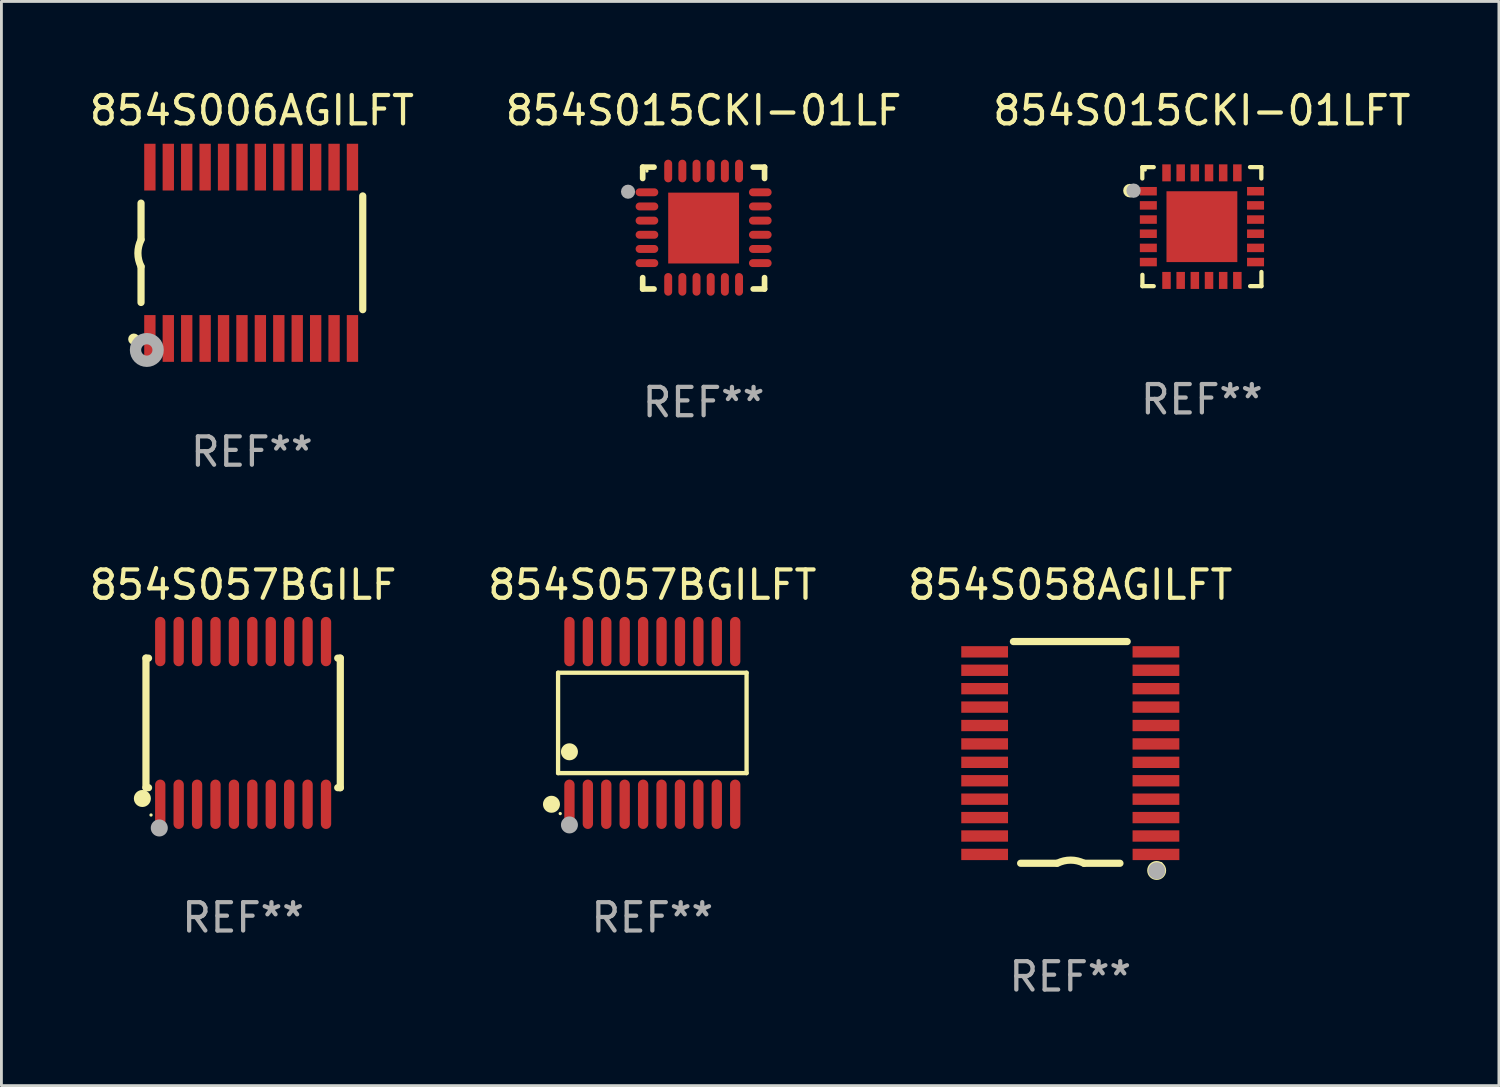
<source format=kicad_pcb>
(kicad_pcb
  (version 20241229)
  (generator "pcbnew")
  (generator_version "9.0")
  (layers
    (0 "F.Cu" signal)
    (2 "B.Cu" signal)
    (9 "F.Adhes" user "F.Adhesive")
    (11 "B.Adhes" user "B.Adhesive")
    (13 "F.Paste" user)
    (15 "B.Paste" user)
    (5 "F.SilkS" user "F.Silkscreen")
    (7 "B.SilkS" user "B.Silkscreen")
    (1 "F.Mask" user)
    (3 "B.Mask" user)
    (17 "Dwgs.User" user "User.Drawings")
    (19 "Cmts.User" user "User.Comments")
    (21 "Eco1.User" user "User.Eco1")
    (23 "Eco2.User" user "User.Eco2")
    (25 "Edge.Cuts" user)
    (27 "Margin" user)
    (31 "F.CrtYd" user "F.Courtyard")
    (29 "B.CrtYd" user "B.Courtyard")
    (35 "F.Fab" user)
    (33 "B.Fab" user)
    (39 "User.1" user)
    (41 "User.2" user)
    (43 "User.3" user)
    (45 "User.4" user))
  (footprint "854S015CKI-01LFT"
    (layer "F.Cu")
    (at 39.363 4.948)
    (property "Reference" "854S015CKI-01LFT" (at 0 -4.1 0) (layer "F.SilkS") (effects (font (size 1 1) (thickness 0.15))))
    (attr through_hole)
    (fp_line (start -2.102 -2.1) (end -1.698 -2.1) (stroke (width 0.15) (type solid)) (layer "F.SilkS"))
    (fp_line (start -2.102 -1.7) (end -2.102 -2.1) (stroke (width 0.15) (type solid)) (layer "F.SilkS"))
    (fp_line (start -2.098 1.7) (end -2.098 2.1) (stroke (width 0.15) (type solid)) (layer "F.SilkS"))
    (fp_line (start -2.098 2.1) (end -1.698 2.1) (stroke (width 0.15) (type solid)) (layer "F.SilkS"))
    (fp_line (start 1.698 -2.1) (end 2.098 -2.1) (stroke (width 0.15) (type solid)) (layer "F.SilkS"))
    (fp_line (start 2.098 -2.1) (end 2.098 -1.7) (stroke (width 0.15) (type solid)) (layer "F.SilkS"))
    (fp_line (start 2.102 1.6) (end 2.102 2.1) (stroke (width 0.15) (type solid)) (layer "F.SilkS"))
    (fp_line (start 2.102 2.1) (end 1.702 2.1) (stroke (width 0.15) (type solid)) (layer "F.SilkS"))
    (fp_circle (center -2.538 -1.27) (end -2.418 -1.27) (stroke (width 0.24) (type solid)) (fill no) (layer "F.SilkS"))
    (fp_circle (center -1.998 -2) (end -1.968 -2) (stroke (width 0.06) (type solid)) (fill no) (layer "F.SilkS"))
    (fp_circle (center -2.411 -1.27) (end -2.284 -1.27) (stroke (width 0.254) (type solid)) (fill no) (layer "F.Fab"))
    (fp_text user "REF**" (at 0 6.1 0) (layer "F.Fab") (effects (font (size 1 1) (thickness 0.15))))
    (pad "1" smd rect (at -1.89 -1.25 90) (size 0.3 0.6) (layers "F.Cu" "F.Mask" "F.Paste"))
    (pad "2" smd rect (at -1.889 -0.75 90) (size 0.3 0.6) (layers "F.Cu" "F.Mask" "F.Paste"))
    (pad "3" smd rect (at -1.889 -0.25 90) (size 0.3 0.6) (layers "F.Cu" "F.Mask" "F.Paste"))
    (pad "4" smd rect (at -1.889 0.25 90) (size 0.3 0.6) (layers "F.Cu" "F.Mask" "F.Paste"))
    (pad "5" smd rect (at -1.889 0.75 90) (size 0.3 0.6) (layers "F.Cu" "F.Mask" "F.Paste"))
    (pad "6" smd rect (at -1.889 1.25 90) (size 0.3 0.6) (layers "F.Cu" "F.Mask" "F.Paste"))
    (pad "7" smd rect (at -1.248 1.898 180) (size 0.3 0.6) (layers "F.Cu" "F.Mask" "F.Paste"))
    (pad "8" smd rect (at -0.748 1.898 180) (size 0.3 0.6) (layers "F.Cu" "F.Mask" "F.Paste"))
    (pad "9" smd rect (at -0.248 1.898 180) (size 0.3 0.6) (layers "F.Cu" "F.Mask" "F.Paste"))
    (pad "10" smd rect (at 0.252 1.898 180) (size 0.3 0.6) (layers "F.Cu" "F.Mask" "F.Paste"))
    (pad "11" smd rect (at 0.752 1.898 180) (size 0.3 0.6) (layers "F.Cu" "F.Mask" "F.Paste"))
    (pad "12" smd rect (at 1.252 1.898 180) (size 0.3 0.6) (layers "F.Cu" "F.Mask" "F.Paste"))
    (pad "13" smd rect (at 1.894 1.25 270) (size 0.3 0.6) (layers "F.Cu" "F.Mask" "F.Paste"))
    (pad "14" smd rect (at 1.894 0.75 270) (size 0.3 0.6) (layers "F.Cu" "F.Mask" "F.Paste"))
    (pad "15" smd rect (at 1.894 0.25 270) (size 0.3 0.6) (layers "F.Cu" "F.Mask" "F.Paste"))
    (pad "16" smd rect (at 1.894 -0.25 270) (size 0.3 0.6) (layers "F.Cu" "F.Mask" "F.Paste"))
    (pad "17" smd rect (at 1.894 -0.75 270) (size 0.3 0.6) (layers "F.Cu" "F.Mask" "F.Paste"))
    (pad "18" smd rect (at 1.894 -1.25 270) (size 0.3 0.6) (layers "F.Cu" "F.Mask" "F.Paste"))
    (pad "19" smd rect (at 1.252 -1.898) (size 0.3 0.6) (layers "F.Cu" "F.Mask" "F.Paste"))
    (pad "20" smd rect (at 0.752 -1.898) (size 0.3 0.6) (layers "F.Cu" "F.Mask" "F.Paste"))
    (pad "21" smd rect (at 0.252 -1.898) (size 0.3 0.6) (layers "F.Cu" "F.Mask" "F.Paste"))
    (pad "22" smd rect (at -0.248 -1.898) (size 0.3 0.6) (layers "F.Cu" "F.Mask" "F.Paste"))
    (pad "23" smd rect (at -0.748 -1.898) (size 0.3 0.6) (layers "F.Cu" "F.Mask" "F.Paste"))
    (pad "24" smd rect (at -1.248 -1.898) (size 0.3 0.6) (layers "F.Cu" "F.Mask" "F.Paste"))
    (pad "25" smd rect (at 0.001 0.001) (size 2.5 2.5) (layers "F.Cu" "F.Mask" "F.Paste")))
  (footprint "854S057BGILFT"
    (layer "F.Cu")
    (at 19.97 22.461)
    (property "Reference" "854S057BGILFT" (at 0 -4.871 0) (layer "F.SilkS") (effects (font (size 1 1) (thickness 0.15))))
    (attr through_hole)
    (fp_line (start -3.326 -1.771) (end 3.326 -1.771) (stroke (width 0.152) (type solid)) (layer "F.SilkS"))
    (fp_line (start -3.326 1.771) (end -3.326 -1.771) (stroke (width 0.152) (type solid)) (layer "F.SilkS"))
    (fp_line (start 3.326 -1.771) (end 3.326 1.771) (stroke (width 0.152) (type solid)) (layer "F.SilkS"))
    (fp_line (start 3.326 1.771) (end -3.326 1.771) (stroke (width 0.152) (type solid)) (layer "F.SilkS"))
    (fp_circle (center -3.559 2.871) (end -3.409 2.871) (stroke (width 0.3) (type solid)) (fill no) (layer "F.SilkS"))
    (fp_circle (center -3.25 3.2) (end -3.22 3.2) (stroke (width 0.06) (type solid)) (fill no) (layer "F.SilkS"))
    (fp_circle (center -2.925 1.019) (end -2.775 1.019) (stroke (width 0.3) (type solid)) (fill no) (layer "F.SilkS"))
    (fp_circle (center -2.925 3.6) (end -2.775 3.6) (stroke (width 0.3) (type solid)) (fill no) (layer "F.Fab"))
    (fp_text user "REF**" (at 0 6.871 0) (layer "F.Fab") (effects (font (size 1 1) (thickness 0.15))))
    (pad "1" smd oval (at -2.925 2.871) (size 0.364 1.742) (layers "F.Cu" "F.Mask" "F.Paste"))
    (pad "2" smd oval (at -2.275 2.871) (size 0.364 1.742) (layers "F.Cu" "F.Mask" "F.Paste"))
    (pad "3" smd oval (at -1.625 2.871) (size 0.364 1.742) (layers "F.Cu" "F.Mask" "F.Paste"))
    (pad "4" smd oval (at -0.975 2.871) (size 0.364 1.742) (layers "F.Cu" "F.Mask" "F.Paste"))
    (pad "5" smd oval (at -0.325 2.871) (size 0.364 1.742) (layers "F.Cu" "F.Mask" "F.Paste"))
    (pad "6" smd oval (at 0.325 2.871) (size 0.364 1.742) (layers "F.Cu" "F.Mask" "F.Paste"))
    (pad "7" smd oval (at 0.975 2.871) (size 0.364 1.742) (layers "F.Cu" "F.Mask" "F.Paste"))
    (pad "8" smd oval (at 1.625 2.871) (size 0.364 1.742) (layers "F.Cu" "F.Mask" "F.Paste"))
    (pad "9" smd oval (at 2.275 2.871) (size 0.364 1.742) (layers "F.Cu" "F.Mask" "F.Paste"))
    (pad "10" smd oval (at 2.925 2.871) (size 0.364 1.742) (layers "F.Cu" "F.Mask" "F.Paste"))
    (pad "11" smd oval (at 2.925 -2.871) (size 0.364 1.742) (layers "F.Cu" "F.Mask" "F.Paste"))
    (pad "12" smd oval (at 2.275 -2.871) (size 0.364 1.742) (layers "F.Cu" "F.Mask" "F.Paste"))
    (pad "13" smd oval (at 1.625 -2.871) (size 0.364 1.742) (layers "F.Cu" "F.Mask" "F.Paste"))
    (pad "14" smd oval (at 0.975 -2.871) (size 0.364 1.742) (layers "F.Cu" "F.Mask" "F.Paste"))
    (pad "15" smd oval (at 0.325 -2.871) (size 0.364 1.742) (layers "F.Cu" "F.Mask" "F.Paste"))
    (pad "16" smd oval (at -0.325 -2.871) (size 0.364 1.742) (layers "F.Cu" "F.Mask" "F.Paste"))
    (pad "17" smd oval (at -0.975 -2.871) (size 0.364 1.742) (layers "F.Cu" "F.Mask" "F.Paste"))
    (pad "18" smd oval (at -1.625 -2.871) (size 0.364 1.742) (layers "F.Cu" "F.Mask" "F.Paste"))
    (pad "19" smd oval (at -2.275 -2.871) (size 0.364 1.742) (layers "F.Cu" "F.Mask" "F.Paste"))
    (pad "20" smd oval (at -2.925 -2.871) (size 0.364 1.742) (layers "F.Cu" "F.Mask" "F.Paste")))
  (footprint "854S057BGILF"
    (layer "F.Cu")
    (at 5.53 22.461)
    (property "Reference" "854S057BGILF" (at 0 -4.871 0) (layer "F.SilkS") (effects (font (size 1 1) (thickness 0.15))))
    (attr through_hole)
    (fp_line (start -3.429 -2.286) (end -3.429 2.286) (stroke (width 0.254) (type solid)) (layer "F.SilkS"))
    (fp_line (start -3.429 2.286) (end -3.338 2.286) (stroke (width 0.254) (type solid)) (layer "F.SilkS"))
    (fp_line (start -3.338 -2.286) (end -3.429 -2.286) (stroke (width 0.254) (type solid)) (layer "F.SilkS"))
    (fp_line (start 3.338 -2.286) (end 3.429 -2.286) (stroke (width 0.254) (type solid)) (layer "F.SilkS"))
    (fp_line (start 3.429 -2.286) (end 3.429 2.286) (stroke (width 0.254) (type solid)) (layer "F.SilkS"))
    (fp_line (start 3.429 2.286) (end 3.338 2.286) (stroke (width 0.254) (type solid)) (layer "F.SilkS"))
    (fp_circle (center -3.556 2.667) (end -3.406 2.667) (stroke (width 0.3) (type solid)) (fill no) (layer "F.SilkS"))
    (fp_circle (center -3.25 3.25) (end -3.22 3.25) (stroke (width 0.06) (type solid)) (fill no) (layer "F.SilkS"))
    (fp_circle (center -2.959 3.707) (end -2.808 3.707) (stroke (width 0.3) (type solid)) (fill no) (layer "F.Fab"))
    (fp_text user "REF**" (at 0 6.871 0) (layer "F.Fab") (effects (font (size 1 1) (thickness 0.15))))
    (pad "1" smd oval (at -2.925 2.871) (size 0.364 1.742) (layers "F.Cu" "F.Mask" "F.Paste"))
    (pad "2" smd oval (at -2.275 2.871) (size 0.364 1.742) (layers "F.Cu" "F.Mask" "F.Paste"))
    (pad "3" smd oval (at -1.625 2.871) (size 0.364 1.742) (layers "F.Cu" "F.Mask" "F.Paste"))
    (pad "4" smd oval (at -0.975 2.871) (size 0.364 1.742) (layers "F.Cu" "F.Mask" "F.Paste"))
    (pad "5" smd oval (at -0.325 2.871) (size 0.364 1.742) (layers "F.Cu" "F.Mask" "F.Paste"))
    (pad "6" smd oval (at 0.325 2.871) (size 0.364 1.742) (layers "F.Cu" "F.Mask" "F.Paste"))
    (pad "7" smd oval (at 0.975 2.871) (size 0.364 1.742) (layers "F.Cu" "F.Mask" "F.Paste"))
    (pad "8" smd oval (at 1.625 2.871) (size 0.364 1.742) (layers "F.Cu" "F.Mask" "F.Paste"))
    (pad "9" smd oval (at 2.275 2.871) (size 0.364 1.742) (layers "F.Cu" "F.Mask" "F.Paste"))
    (pad "10" smd oval (at 2.925 2.871) (size 0.364 1.742) (layers "F.Cu" "F.Mask" "F.Paste"))
    (pad "11" smd oval (at 2.925 -2.871) (size 0.364 1.742) (layers "F.Cu" "F.Mask" "F.Paste"))
    (pad "12" smd oval (at 2.275 -2.871) (size 0.364 1.742) (layers "F.Cu" "F.Mask" "F.Paste"))
    (pad "13" smd oval (at 1.625 -2.871) (size 0.364 1.742) (layers "F.Cu" "F.Mask" "F.Paste"))
    (pad "14" smd oval (at 0.975 -2.871) (size 0.364 1.742) (layers "F.Cu" "F.Mask" "F.Paste"))
    (pad "15" smd oval (at 0.325 -2.871) (size 0.364 1.742) (layers "F.Cu" "F.Mask" "F.Paste"))
    (pad "16" smd oval (at -0.325 -2.871) (size 0.364 1.742) (layers "F.Cu" "F.Mask" "F.Paste"))
    (pad "17" smd oval (at -0.975 -2.871) (size 0.364 1.742) (layers "F.Cu" "F.Mask" "F.Paste"))
    (pad "18" smd oval (at -1.625 -2.871) (size 0.364 1.742) (layers "F.Cu" "F.Mask" "F.Paste"))
    (pad "19" smd oval (at -2.275 -2.871) (size 0.364 1.742) (layers "F.Cu" "F.Mask" "F.Paste"))
    (pad "20" smd oval (at -2.925 -2.871) (size 0.364 1.742) (layers "F.Cu" "F.Mask" "F.Paste")))
  (footprint "854S006AGILFT"
    (layer "F.Cu")
    (at 5.839 5.871)
    (property "Reference" "854S006AGILFT" (at 0 -5.023 0) (layer "F.SilkS") (effects (font (size 1 1) (thickness 0.15))))
    (attr through_hole)
    (fp_line (start -3.912 -0.483) (end -3.912 -1.753) (stroke (width 0.254) (type solid)) (layer "F.SilkS"))
    (fp_line (start -3.912 1.753) (end -3.912 0.483) (stroke (width 0.254) (type solid)) (layer "F.SilkS"))
    (fp_line (start 3.912 -2.007) (end 3.912 2.007) (stroke (width 0.254) (type solid)) (layer "F.SilkS"))
    (fp_arc (start -3.911608 0.482601) (mid -4.022537 0.0127) (end -3.911608 -0.457201) (stroke (width 0.254001) (type solid)) (layer "F.SilkS"))
    (fp_circle (center -4.166 3.048) (end -4.066 3.048) (stroke (width 0.2) (type solid)) (fill no) (layer "F.SilkS"))
    (fp_circle (center -3.925 3.186) (end -3.895 3.186) (stroke (width 0.06) (type solid)) (fill no) (layer "F.SilkS"))
    (fp_circle (center -3.708 3.429) (end -3.509 3.429) (stroke (width 0.4) (type solid)) (fill no) (layer "F.Fab"))
    (fp_text user "REF**" (at 0 7.023 0) (layer "F.Fab") (effects (font (size 1 1) (thickness 0.15))))
    (pad "1" smd rect (at -3.6 3.023) (size 0.4 1.65) (layers "F.Cu" "F.Mask" "F.Paste"))
    (pad "2" smd rect (at -2.95 3.023) (size 0.4 1.65) (layers "F.Cu" "F.Mask" "F.Paste"))
    (pad "3" smd rect (at -2.3 3.023) (size 0.4 1.65) (layers "F.Cu" "F.Mask" "F.Paste"))
    (pad "4" smd rect (at -1.65 3.023) (size 0.4 1.65) (layers "F.Cu" "F.Mask" "F.Paste"))
    (pad "5" smd rect (at -1 3.023) (size 0.4 1.65) (layers "F.Cu" "F.Mask" "F.Paste"))
    (pad "6" smd rect (at -0.35 3.023) (size 0.4 1.65) (layers "F.Cu" "F.Mask" "F.Paste"))
    (pad "7" smd rect (at 0.299 3.023) (size 0.4 1.65) (layers "F.Cu" "F.Mask" "F.Paste"))
    (pad "8" smd rect (at 0.95 3.023) (size 0.4 1.65) (layers "F.Cu" "F.Mask" "F.Paste"))
    (pad "9" smd rect (at 1.6 3.023) (size 0.4 1.65) (layers "F.Cu" "F.Mask" "F.Paste"))
    (pad "10" smd rect (at 2.25 3.023) (size 0.4 1.65) (layers "F.Cu" "F.Mask" "F.Paste"))
    (pad "11" smd rect (at 2.9 3.023) (size 0.4 1.65) (layers "F.Cu" "F.Mask" "F.Paste"))
    (pad "12" smd rect (at 3.549 3.023) (size 0.4 1.65) (layers "F.Cu" "F.Mask" "F.Paste"))
    (pad "13" smd rect (at 3.549 -3.023) (size 0.4 1.65) (layers "F.Cu" "F.Mask" "F.Paste"))
    (pad "14" smd rect (at 2.9 -3.023) (size 0.4 1.65) (layers "F.Cu" "F.Mask" "F.Paste"))
    (pad "15" smd rect (at 2.25 -3.023) (size 0.4 1.65) (layers "F.Cu" "F.Mask" "F.Paste"))
    (pad "16" smd rect (at 1.6 -3.023) (size 0.4 1.65) (layers "F.Cu" "F.Mask" "F.Paste"))
    (pad "17" smd rect (at 0.95 -3.023) (size 0.4 1.65) (layers "F.Cu" "F.Mask" "F.Paste"))
    (pad "18" smd rect (at 0.299 -3.023) (size 0.4 1.65) (layers "F.Cu" "F.Mask" "F.Paste"))
    (pad "19" smd rect (at -0.35 -3.023) (size 0.4 1.65) (layers "F.Cu" "F.Mask" "F.Paste"))
    (pad "20" smd rect (at -1 -3.023) (size 0.4 1.65) (layers "F.Cu" "F.Mask" "F.Paste"))
    (pad "21" smd rect (at -1.65 -3.023) (size 0.4 1.65) (layers "F.Cu" "F.Mask" "F.Paste"))
    (pad "22" smd rect (at -2.3 -3.023) (size 0.4 1.65) (layers "F.Cu" "F.Mask" "F.Paste"))
    (pad "23" smd rect (at -2.95 -3.023) (size 0.4 1.65) (layers "F.Cu" "F.Mask" "F.Paste"))
    (pad "24" smd rect (at -3.6 -3.023) (size 0.4 1.65) (layers "F.Cu" "F.Mask" "F.Paste")))
  (footprint "854S058AGILFT"
    (layer "F.Cu")
    (at 34.72 23.502)
    (property "Reference" "854S058AGILFT" (at 0 -5.912 0) (layer "F.SilkS") (effects (font (size 1 1) (thickness 0.15))))
    (attr through_hole)
    (fp_line (start -2.008 -3.912) (end 2.007 -3.912) (stroke (width 0.254) (type solid)) (layer "F.SilkS"))
    (fp_line (start -0.483 3.912) (end -1.753 3.912) (stroke (width 0.254) (type solid)) (layer "F.SilkS"))
    (fp_line (start 1.752 3.912) (end 0.482 3.912) (stroke (width 0.254) (type solid)) (layer "F.SilkS"))
    (fp_arc (start -0.457404 3.911595) (mid 0.012497 3.800666) (end 0.482398 3.911595) (stroke (width 0.254001) (type solid)) (layer "F.SilkS"))
    (fp_circle (center 3.048 4.166) (end 3.128 4.166) (stroke (width 0.254) (type solid)) (fill no) (layer "F.SilkS"))
    (fp_circle (center 3.2 3.926) (end 3.23 3.926) (stroke (width 0.06) (type solid)) (fill no) (layer "F.SilkS"))
    (fp_circle (center 3.05 4.176) (end 3.2 4.176) (stroke (width 0.3) (type solid)) (fill no) (layer "F.Fab"))
    (fp_text user "REF**" (at 0 7.912 0) (layer "F.Fab") (effects (font (size 1 1) (thickness 0.15))))
    (pad "1" smd rect (at 3.023 3.6 180) (size 1.65 0.4) (layers "F.Cu" "F.Mask" "F.Paste"))
    (pad "2" smd rect (at 3.022 2.95 180) (size 1.65 0.4) (layers "F.Cu" "F.Mask" "F.Paste"))
    (pad "3" smd rect (at 3.022 2.3 180) (size 1.65 0.4) (layers "F.Cu" "F.Mask" "F.Paste"))
    (pad "4" smd rect (at 3.022 1.65 180) (size 1.65 0.4) (layers "F.Cu" "F.Mask" "F.Paste"))
    (pad "5" smd rect (at 3.022 1 180) (size 1.65 0.4) (layers "F.Cu" "F.Mask" "F.Paste"))
    (pad "6" smd rect (at 3.022 0.35 180) (size 1.65 0.4) (layers "F.Cu" "F.Mask" "F.Paste"))
    (pad "7" smd rect (at 3.022 -0.3 180) (size 1.65 0.4) (layers "F.Cu" "F.Mask" "F.Paste"))
    (pad "8" smd rect (at 3.022 -0.949 180) (size 1.65 0.4) (layers "F.Cu" "F.Mask" "F.Paste"))
    (pad "9" smd rect (at 3.022 -1.599 180) (size 1.65 0.4) (layers "F.Cu" "F.Mask" "F.Paste"))
    (pad "10" smd rect (at 3.022 -2.249 180) (size 1.65 0.4) (layers "F.Cu" "F.Mask" "F.Paste"))
    (pad "11" smd rect (at 3.022 -2.899 180) (size 1.65 0.4) (layers "F.Cu" "F.Mask" "F.Paste"))
    (pad "12" smd rect (at 3.022 -3.549 180) (size 1.65 0.4) (layers "F.Cu" "F.Mask" "F.Paste"))
    (pad "13" smd rect (at -3.023 -3.549 180) (size 1.65 0.4) (layers "F.Cu" "F.Mask" "F.Paste"))
    (pad "14" smd rect (at -3.023 -2.899 180) (size 1.65 0.4) (layers "F.Cu" "F.Mask" "F.Paste"))
    (pad "15" smd rect (at -3.023 -2.249 180) (size 1.65 0.4) (layers "F.Cu" "F.Mask" "F.Paste"))
    (pad "16" smd rect (at -3.023 -1.599 180) (size 1.65 0.4) (layers "F.Cu" "F.Mask" "F.Paste"))
    (pad "17" smd rect (at -3.023 -0.949 180) (size 1.65 0.4) (layers "F.Cu" "F.Mask" "F.Paste"))
    (pad "18" smd rect (at -3.023 -0.3 180) (size 1.65 0.4) (layers "F.Cu" "F.Mask" "F.Paste"))
    (pad "19" smd rect (at -3.023 0.35 180) (size 1.65 0.4) (layers "F.Cu" "F.Mask" "F.Paste"))
    (pad "20" smd rect (at -3.023 1 180) (size 1.65 0.4) (layers "F.Cu" "F.Mask" "F.Paste"))
    (pad "21" smd rect (at -3.023 1.65 180) (size 1.65 0.4) (layers "F.Cu" "F.Mask" "F.Paste"))
    (pad "22" smd rect (at -3.023 2.3 180) (size 1.65 0.4) (layers "F.Cu" "F.Mask" "F.Paste"))
    (pad "23" smd rect (at -3.023 2.95 180) (size 1.65 0.4) (layers "F.Cu" "F.Mask" "F.Paste"))
    (pad "24" smd rect (at -3.023 3.6 180) (size 1.65 0.4) (layers "F.Cu" "F.Mask" "F.Paste")))
  (footprint "854S015CKI-01LF"
    (layer "F.Cu")
    (at 21.78 4.998)
    (property "Reference" "854S015CKI-01LF" (at 0 -4.15 0) (layer "F.SilkS") (effects (font (size 1 1) (thickness 0.15))))
    (attr through_hole)
    (fp_line (start -2.15 -2.15) (end -1.75 -2.15) (stroke (width 0.2) (type solid)) (layer "F.SilkS"))
    (fp_line (start -2.15 -1.75) (end -2.15 -2.15) (stroke (width 0.2) (type solid)) (layer "F.SilkS"))
    (fp_line (start -2.15 2.15) (end -2.15 1.75) (stroke (width 0.2) (type solid)) (layer "F.SilkS"))
    (fp_line (start -1.75 2.15) (end -2.15 2.15) (stroke (width 0.2) (type solid)) (layer "F.SilkS"))
    (fp_line (start 1.75 -2.15) (end 2.15 -2.15) (stroke (width 0.2) (type solid)) (layer "F.SilkS"))
    (fp_line (start 1.75 2.15) (end 2.15 2.15) (stroke (width 0.2) (type solid)) (layer "F.SilkS"))
    (fp_line (start 2.15 -2.15) (end 2.15 -1.75) (stroke (width 0.2) (type solid)) (layer "F.SilkS"))
    (fp_line (start 2.15 2.15) (end 2.15 1.75) (stroke (width 0.2) (type solid)) (layer "F.SilkS"))
    (fp_circle (center -2 -2.013) (end -1.97 -2.013) (stroke (width 0.06) (type solid)) (fill no) (layer "F.SilkS"))
    (fp_circle (center -2.667 -1.283) (end -2.542 -1.283) (stroke (width 0.25) (type solid)) (fill no) (layer "F.Fab"))
    (fp_text user "REF**" (at 0 6.15 0) (layer "F.Fab") (effects (font (size 1 1) (thickness 0.15))))
    (pad "1" smd oval (at -2 -1.263) (size 0.8 0.28) (layers "F.Cu" "F.Mask" "F.Paste"))
    (pad "2" smd oval (at -2 -0.763) (size 0.8 0.28) (layers "F.Cu" "F.Mask" "F.Paste"))
    (pad "3" smd oval (at -2 -0.263) (size 0.8 0.28) (layers "F.Cu" "F.Mask" "F.Paste"))
    (pad "4" smd oval (at -2 0.237) (size 0.8 0.28) (layers "F.Cu" "F.Mask" "F.Paste"))
    (pad "5" smd oval (at -2 0.737) (size 0.8 0.28) (layers "F.Cu" "F.Mask" "F.Paste"))
    (pad "6" smd oval (at -2 1.237) (size 0.8 0.28) (layers "F.Cu" "F.Mask" "F.Paste"))
    (pad "7" smd oval (at -1.25 1.987) (size 0.28 0.8) (layers "F.Cu" "F.Mask" "F.Paste"))
    (pad "8" smd oval (at -0.75 1.987) (size 0.28 0.8) (layers "F.Cu" "F.Mask" "F.Paste"))
    (pad "9" smd oval (at -0.25 1.987) (size 0.28 0.8) (layers "F.Cu" "F.Mask" "F.Paste"))
    (pad "10" smd oval (at 0.25 1.987) (size 0.28 0.8) (layers "F.Cu" "F.Mask" "F.Paste"))
    (pad "11" smd oval (at 0.75 1.987) (size 0.28 0.8) (layers "F.Cu" "F.Mask" "F.Paste"))
    (pad "12" smd oval (at 1.25 1.987) (size 0.28 0.8) (layers "F.Cu" "F.Mask" "F.Paste"))
    (pad "13" smd oval (at 2 1.237) (size 0.8 0.28) (layers "F.Cu" "F.Mask" "F.Paste"))
    (pad "14" smd oval (at 2 0.737) (size 0.8 0.28) (layers "F.Cu" "F.Mask" "F.Paste"))
    (pad "15" smd oval (at 2 0.237) (size 0.8 0.28) (layers "F.Cu" "F.Mask" "F.Paste"))
    (pad "16" smd oval (at 2 -0.263) (size 0.8 0.28) (layers "F.Cu" "F.Mask" "F.Paste"))
    (pad "17" smd oval (at 2 -0.763) (size 0.8 0.28) (layers "F.Cu" "F.Mask" "F.Paste"))
    (pad "18" smd oval (at 2 -1.263) (size 0.8 0.28) (layers "F.Cu" "F.Mask" "F.Paste"))
    (pad "19" smd oval (at 1.25 -2.013) (size 0.28 0.8) (layers "F.Cu" "F.Mask" "F.Paste"))
    (pad "20" smd oval (at 0.75 -2.013) (size 0.28 0.8) (layers "F.Cu" "F.Mask" "F.Paste"))
    (pad "21" smd oval (at 0.25 -2.013) (size 0.28 0.8) (layers "F.Cu" "F.Mask" "F.Paste"))
    (pad "22" smd oval (at -0.25 -2.013) (size 0.28 0.8) (layers "F.Cu" "F.Mask" "F.Paste"))
    (pad "23" smd oval (at -0.75 -2.013) (size 0.28 0.8) (layers "F.Cu" "F.Mask" "F.Paste"))
    (pad "24" smd oval (at -1.25 -2.013) (size 0.28 0.8) (layers "F.Cu" "F.Mask" "F.Paste"))
    (pad "25" smd rect (at -0.000127 -0.00014) (size 2.5 2.5) (layers "F.Cu" "F.Mask" "F.Paste")))
  (gr_rect
    (start -3 -3)
    (end 49.845 35.261)
    (stroke (width 0.1) (type default))
    (fill no)
    (layer "Edge.Cuts")))
</source>
